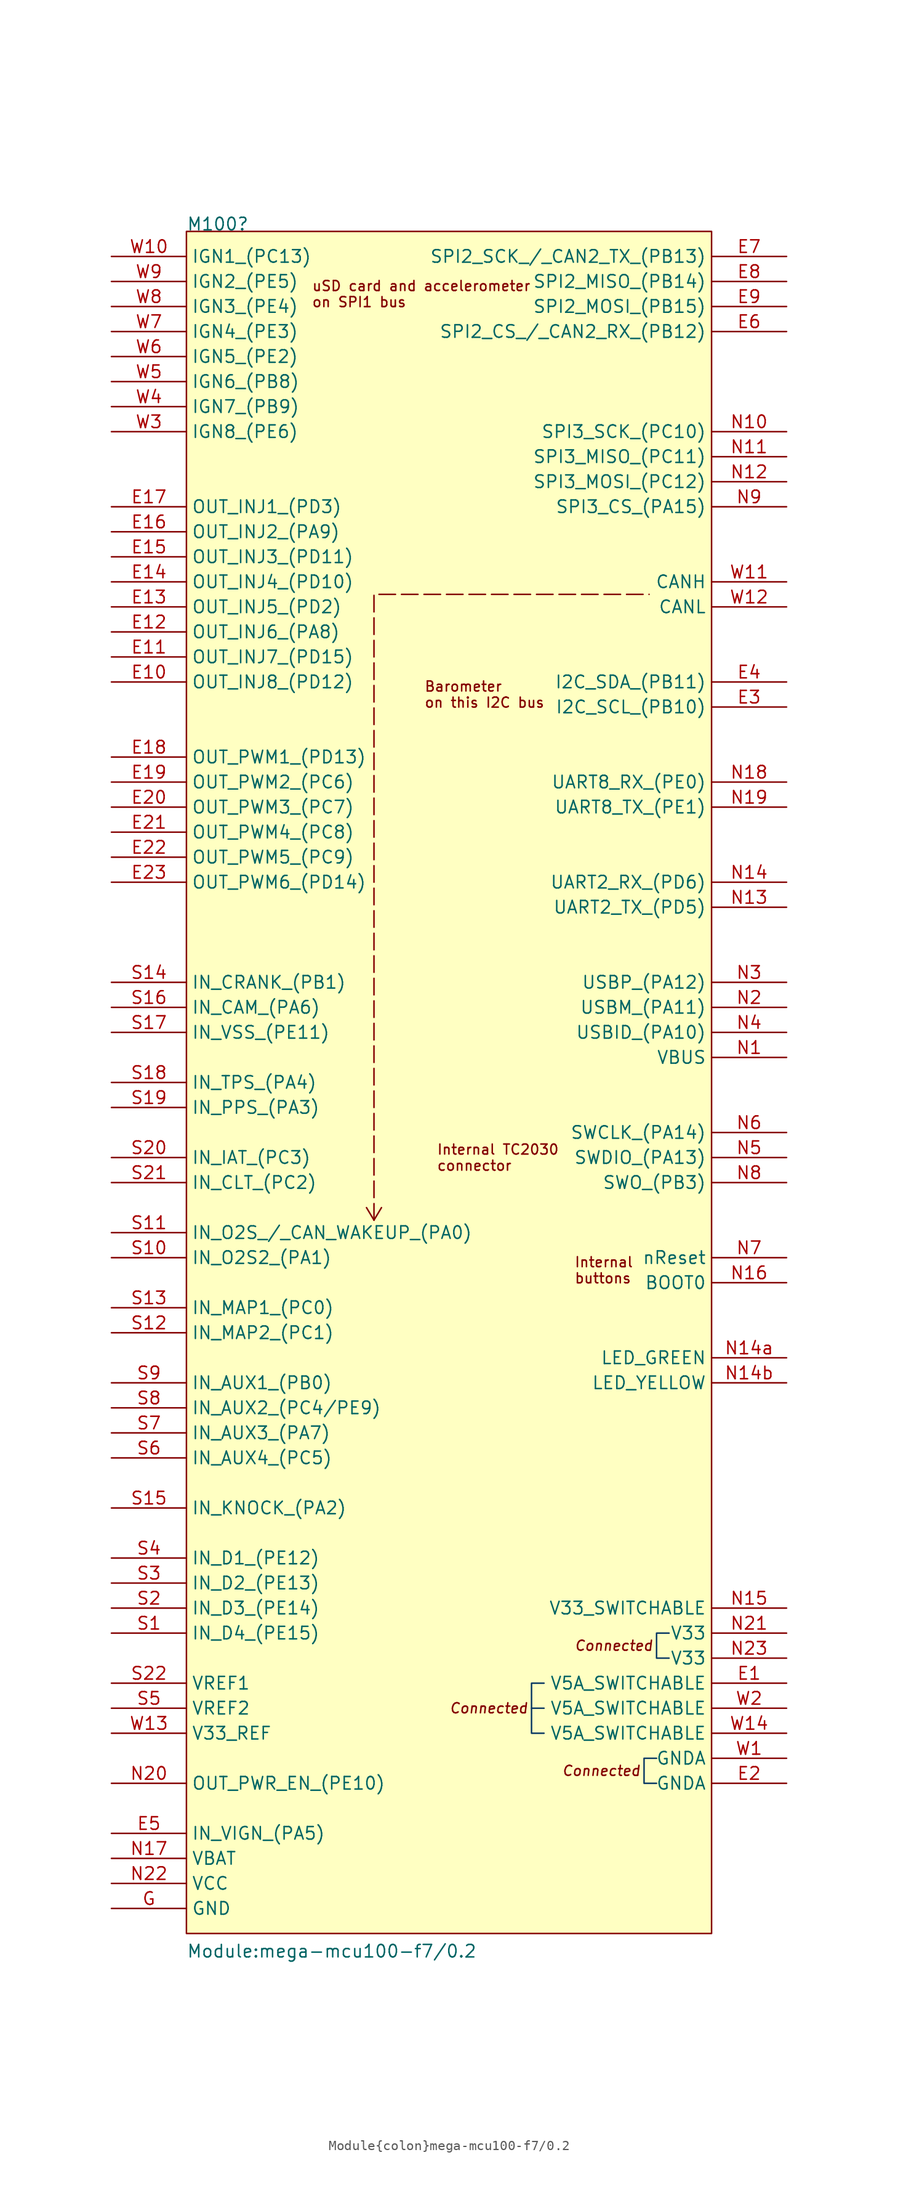
<source format=kicad_sym>
(kicad_symbol_lib
  (version 20220914)
  (generator kicad_symbol_editor)
  (symbol "Module{colon}mega-mcu100-f7/0.2"
    (property "Reference" "M100"
      (at 7.62 2.54 0)
      (effects (font (size 1.27 1.27)) (justify left bottom)))
    (property "Value" "Module:mega-mcu100-f7/0.2"
      (at 7.62 -172.72 0)
      (effects (font (size 1.27 1.27)) (justify left bottom)))
    (symbol "Module{colon}mega-mcu100-f7/0.2_1_0"
      (polyline (pts (xy 26.67 -97.79) (xy 25.908 -96.52)) (stroke (width 0) (type default)) (fill (type none)))
      (polyline (pts (xy 26.67 -97.79) (xy 27.432 -96.52)) (stroke (width 0) (type default)) (fill (type none)))
      (polyline (pts (xy 26.67 -97.79) (xy 26.67 -34.29) (xy 54.61 -34.29)) (stroke (width 0) (type dash)) (fill (type none)))
      (polyline (pts (xy 42.672 -147.32) (xy 43.942 -147.32) (xy 43.942 -147.32) (xy 43.942 -147.32)) (stroke (width 0) (type solid) (color 7 55 99 1)) (fill (type none)))
      (polyline (pts (xy 43.942 -144.78) (xy 42.672 -144.78) (xy 42.672 -149.86) (xy 43.942 -149.86)) (stroke (width 0) (type solid) (color 7 55 99 1)) (fill (type none)))
      (polyline (pts (xy 55.372 -152.4) (xy 54.102 -152.4) (xy 54.102 -154.94) (xy 55.372 -154.94)) (stroke (width 0) (type solid) (color 7 55 99 1)) (fill (type none)))
      (polyline (pts (xy 56.642 -139.7) (xy 55.372 -139.7) (xy 55.372 -142.24) (xy 56.642 -142.24)) (stroke (width 0) (type solid) (color 7 55 99 1)) (fill (type none)))
      (rectangle (start 7.62 2.54) (end 60.96 -170.18) (stroke (width 0) (type default)) (fill (type background)))
      (text "Barometer\non this I2C bus" (at 31.75 -44.45 0) (effects (font (size 1.016 1.016)) (justify left)))
      (text "Connected" (at 34.29 -147.32 0) (effects (font (size 1.016 1.016) italic) (justify left)))
      (text "Connected" (at 45.72 -153.67 0) (effects (font (size 1.016 1.016) italic) (justify left)))
      (text "Connected" (at 46.99 -140.97 0) (effects (font (size 1.016 1.016) italic) (justify left)))
      (text "Internal\nbuttons" (at 46.99 -102.87 0) (effects (font (size 1.016 1.016)) (justify left)))
      (text "Internal TC2030\nconnector" (at 33.02 -91.44 0) (effects (font (size 1.016 1.016)) (justify left)))
      (text "uSD card and accelerometer \non SPI1 bus" (at 20.32 -3.81 0) (effects (font (size 1.016 1.016)) (justify left)))
      (pin passive line (at 68.58 -144.78 180) (length 7.62) (name "V5A_SWITCHABLE" (effects (font (size 1.27 1.27)))) (number "E1" (effects (font (size 1.27 1.27)))))
      (pin passive line (at 0 -43.18 0) (length 7.62) (name "OUT_INJ8_(PD12)" (effects (font (size 1.27 1.27)))) (number "E10" (effects (font (size 1.27 1.27)))))
      (pin passive line (at 0 -40.64 0) (length 7.62) (name "OUT_INJ7_(PD15)" (effects (font (size 1.27 1.27)))) (number "E11" (effects (font (size 1.27 1.27)))))
      (pin passive line (at 0 -38.1 0) (length 7.62) (name "OUT_INJ6_(PA8)" (effects (font (size 1.27 1.27)))) (number "E12" (effects (font (size 1.27 1.27)))))
      (pin passive line (at 0 -35.56 0) (length 7.62) (name "OUT_INJ5_(PD2)" (effects (font (size 1.27 1.27)))) (number "E13" (effects (font (size 1.27 1.27)))))
      (pin passive line (at 0 -33.02 0) (length 7.62) (name "OUT_INJ4_(PD10)" (effects (font (size 1.27 1.27)))) (number "E14" (effects (font (size 1.27 1.27)))))
      (pin passive line (at 0 -30.48 0) (length 7.62) (name "OUT_INJ3_(PD11)" (effects (font (size 1.27 1.27)))) (number "E15" (effects (font (size 1.27 1.27)))))
      (pin passive line (at 0 -27.94 0) (length 7.62) (name "OUT_INJ2_(PA9)" (effects (font (size 1.27 1.27)))) (number "E16" (effects (font (size 1.27 1.27)))))
      (pin passive line (at 0 -25.4 0) (length 7.62) (name "OUT_INJ1_(PD3)" (effects (font (size 1.27 1.27)))) (number "E17" (effects (font (size 1.27 1.27)))))
      (pin passive line (at 0 -50.8 0) (length 7.62) (name "OUT_PWM1_(PD13)" (effects (font (size 1.27 1.27)))) (number "E18" (effects (font (size 1.27 1.27)))))
      (pin passive line (at 0 -53.34 0) (length 7.62) (name "OUT_PWM2_(PC6)" (effects (font (size 1.27 1.27)))) (number "E19" (effects (font (size 1.27 1.27)))))
      (pin passive line (at 68.58 -154.94 180) (length 7.62) (name "GNDA" (effects (font (size 1.27 1.27)))) (number "E2" (effects (font (size 1.27 1.27)))))
      (pin passive line (at 0 -55.88 0) (length 7.62) (name "OUT_PWM3_(PC7)" (effects (font (size 1.27 1.27)))) (number "E20" (effects (font (size 1.27 1.27)))))
      (pin passive line (at 0 -58.42 0) (length 7.62) (name "OUT_PWM4_(PC8)" (effects (font (size 1.27 1.27)))) (number "E21" (effects (font (size 1.27 1.27)))))
      (pin passive line (at 0 -60.96 0) (length 7.62) (name "OUT_PWM5_(PC9)" (effects (font (size 1.27 1.27)))) (number "E22" (effects (font (size 1.27 1.27)))))
      (pin passive line (at 0 -63.5 0) (length 7.62) (name "OUT_PWM6_(PD14)" (effects (font (size 1.27 1.27)))) (number "E23" (effects (font (size 1.27 1.27)))))
      (pin passive line (at 68.58 -45.72 180) (length 7.62) (name "I2C_SCL_(PB10)" (effects (font (size 1.27 1.27)))) (number "E3" (effects (font (size 1.27 1.27)))))
      (pin passive line (at 68.58 -43.18 180) (length 7.62) (name "I2C_SDA_(PB11)" (effects (font (size 1.27 1.27)))) (number "E4" (effects (font (size 1.27 1.27)))))
      (pin passive line (at 0 -160.02 0) (length 7.62) (name "IN_VIGN_(PA5)" (effects (font (size 1.27 1.27)))) (number "E5" (effects (font (size 1.27 1.27)))))
      (pin passive line (at 68.58 -7.62 180) (length 7.62) (name "SPI2_CS_/_CAN2_RX_(PB12)" (effects (font (size 1.27 1.27)))) (number "E6" (effects (font (size 1.27 1.27)))))
      (pin passive line (at 68.58 0 180) (length 7.62) (name "SPI2_SCK_/_CAN2_TX_(PB13)" (effects (font (size 1.27 1.27)))) (number "E7" (effects (font (size 1.27 1.27)))))
      (pin passive line (at 68.58 -2.54 180) (length 7.62) (name "SPI2_MISO_(PB14)" (effects (font (size 1.27 1.27)))) (number "E8" (effects (font (size 1.27 1.27)))))
      (pin passive line (at 68.58 -5.08 180) (length 7.62) (name "SPI2_MOSI_(PB15)" (effects (font (size 1.27 1.27)))) (number "E9" (effects (font (size 1.27 1.27)))))
      (pin passive line (at 0 -167.64 0) (length 7.62) (name "GND" (effects (font (size 1.27 1.27)))) (number "G" (effects (font (size 1.27 1.27)))))
      (pin passive line (at 68.58 -81.28 180) (length 7.62) (name "VBUS" (effects (font (size 1.27 1.27)))) (number "N1" (effects (font (size 1.27 1.27)))))
      (pin passive line (at 68.58 -17.78 180) (length 7.62) (name "SPI3_SCK_(PC10)" (effects (font (size 1.27 1.27)))) (number "N10" (effects (font (size 1.27 1.27)))))
      (pin passive line (at 68.58 -20.32 180) (length 7.62) (name "SPI3_MISO_(PC11)" (effects (font (size 1.27 1.27)))) (number "N11" (effects (font (size 1.27 1.27)))))
      (pin passive line (at 68.58 -22.86 180) (length 7.62) (name "SPI3_MOSI_(PC12)" (effects (font (size 1.27 1.27)))) (number "N12" (effects (font (size 1.27 1.27)))))
      (pin passive line (at 68.58 -66.04 180) (length 7.62) (name "UART2_TX_(PD5)" (effects (font (size 1.27 1.27)))) (number "N13" (effects (font (size 1.27 1.27)))))
      (pin passive line (at 68.58 -63.5 180) (length 7.62) (name "UART2_RX_(PD6)" (effects (font (size 1.27 1.27)))) (number "N14" (effects (font (size 1.27 1.27)))))
      (pin passive line (at 68.58 -111.76 180) (length 7.62) (name "LED_GREEN" (effects (font (size 1.27 1.27)))) (number "N14a" (effects (font (size 1.27 1.27)))))
      (pin passive line (at 68.58 -114.3 180) (length 7.62) (name "LED_YELLOW" (effects (font (size 1.27 1.27)))) (number "N14b" (effects (font (size 1.27 1.27)))))
      (pin passive line (at 68.58 -137.16 180) (length 7.62) (name "V33_SWITCHABLE" (effects (font (size 1.27 1.27)))) (number "N15" (effects (font (size 1.27 1.27)))))
      (pin passive line (at 68.58 -104.14 180) (length 7.62) (name "BOOT0" (effects (font (size 1.27 1.27)))) (number "N16" (effects (font (size 1.27 1.27)))))
      (pin passive line (at 0 -162.56 0) (length 7.62) (name "VBAT" (effects (font (size 1.27 1.27)))) (number "N17" (effects (font (size 1.27 1.27)))))
      (pin passive line (at 68.58 -53.34 180) (length 7.62) (name "UART8_RX_(PE0)" (effects (font (size 1.27 1.27)))) (number "N18" (effects (font (size 1.27 1.27)))))
      (pin passive line (at 68.58 -55.88 180) (length 7.62) (name "UART8_TX_(PE1)" (effects (font (size 1.27 1.27)))) (number "N19" (effects (font (size 1.27 1.27)))))
      (pin passive line (at 68.58 -76.2 180) (length 7.62) (name "USBM_(PA11)" (effects (font (size 1.27 1.27)))) (number "N2" (effects (font (size 1.27 1.27)))))
      (pin passive line (at 0 -154.94 0) (length 7.62) (name "OUT_PWR_EN_(PE10)" (effects (font (size 1.27 1.27)))) (number "N20" (effects (font (size 1.27 1.27)))))
      (pin passive line (at 68.58 -139.7 180) (length 7.62) (name "V33" (effects (font (size 1.27 1.27)))) (number "N21" (effects (font (size 1.27 1.27)))))
      (pin passive line (at 0 -165.1 0) (length 7.62) (name "VCC" (effects (font (size 1.27 1.27)))) (number "N22" (effects (font (size 1.27 1.27)))))
      (pin passive line (at 68.58 -142.24 180) (length 7.62) (name "V33" (effects (font (size 1.27 1.27)))) (number "N23" (effects (font (size 1.27 1.27)))))
      (pin passive line (at 68.58 -73.66 180) (length 7.62) (name "USBP_(PA12)" (effects (font (size 1.27 1.27)))) (number "N3" (effects (font (size 1.27 1.27)))))
      (pin passive line (at 68.58 -78.74 180) (length 7.62) (name "USBID_(PA10)" (effects (font (size 1.27 1.27)))) (number "N4" (effects (font (size 1.27 1.27)))))
      (pin passive line (at 68.58 -91.44 180) (length 7.62) (name "SWDIO_(PA13)" (effects (font (size 1.27 1.27)))) (number "N5" (effects (font (size 1.27 1.27)))))
      (pin passive line (at 68.58 -88.9 180) (length 7.62) (name "SWCLK_(PA14)" (effects (font (size 1.27 1.27)))) (number "N6" (effects (font (size 1.27 1.27)))))
      (pin passive line (at 68.58 -101.6 180) (length 7.62) (name "nReset" (effects (font (size 1.27 1.27)))) (number "N7" (effects (font (size 1.27 1.27)))))
      (pin passive line (at 68.58 -93.98 180) (length 7.62) (name "SWO_(PB3)" (effects (font (size 1.27 1.27)))) (number "N8" (effects (font (size 1.27 1.27)))))
      (pin passive line (at 68.58 -25.4 180) (length 7.62) (name "SPI3_CS_(PA15)" (effects (font (size 1.27 1.27)))) (number "N9" (effects (font (size 1.27 1.27)))))
      (pin passive line (at 0 -139.7 0) (length 7.62) (name "IN_D4_(PE15)" (effects (font (size 1.27 1.27)))) (number "S1" (effects (font (size 1.27 1.27)))))
      (pin passive line (at 0 -101.6 0) (length 7.62) (name "IN_O2S2_(PA1)" (effects (font (size 1.27 1.27)))) (number "S10" (effects (font (size 1.27 1.27)))))
      (pin passive line (at 0 -99.06 0) (length 7.62) (name "IN_O2S_/_CAN_WAKEUP_(PA0)" (effects (font (size 1.27 1.27)))) (number "S11" (effects (font (size 1.27 1.27)))))
      (pin passive line (at 0 -109.22 0) (length 7.62) (name "IN_MAP2_(PC1)" (effects (font (size 1.27 1.27)))) (number "S12" (effects (font (size 1.27 1.27)))))
      (pin passive line (at 0 -106.68 0) (length 7.62) (name "IN_MAP1_(PC0)" (effects (font (size 1.27 1.27)))) (number "S13" (effects (font (size 1.27 1.27)))))
      (pin passive line (at 0 -73.66 0) (length 7.62) (name "IN_CRANK_(PB1)" (effects (font (size 1.27 1.27)))) (number "S14" (effects (font (size 1.27 1.27)))))
      (pin passive line (at 0 -127 0) (length 7.62) (name "IN_KNOCK_(PA2)" (effects (font (size 1.27 1.27)))) (number "S15" (effects (font (size 1.27 1.27)))))
      (pin passive line (at 0 -76.2 0) (length 7.62) (name "IN_CAM_(PA6)" (effects (font (size 1.27 1.27)))) (number "S16" (effects (font (size 1.27 1.27)))))
      (pin passive line (at 0 -78.74 0) (length 7.62) (name "IN_VSS_(PE11)" (effects (font (size 1.27 1.27)))) (number "S17" (effects (font (size 1.27 1.27)))))
      (pin passive line (at 0 -83.82 0) (length 7.62) (name "IN_TPS_(PA4)" (effects (font (size 1.27 1.27)))) (number "S18" (effects (font (size 1.27 1.27)))))
      (pin passive line (at 0 -86.36 0) (length 7.62) (name "IN_PPS_(PA3)" (effects (font (size 1.27 1.27)))) (number "S19" (effects (font (size 1.27 1.27)))))
      (pin passive line (at 0 -137.16 0) (length 7.62) (name "IN_D3_(PE14)" (effects (font (size 1.27 1.27)))) (number "S2" (effects (font (size 1.27 1.27)))))
      (pin passive line (at 0 -91.44 0) (length 7.62) (name "IN_IAT_(PC3)" (effects (font (size 1.27 1.27)))) (number "S20" (effects (font (size 1.27 1.27)))))
      (pin passive line (at 0 -93.98 0) (length 7.62) (name "IN_CLT_(PC2)" (effects (font (size 1.27 1.27)))) (number "S21" (effects (font (size 1.27 1.27)))))
      (pin passive line (at 0 -144.78 0) (length 7.62) (name "VREF1" (effects (font (size 1.27 1.27)))) (number "S22" (effects (font (size 1.27 1.27)))))
      (pin passive line (at 0 -134.62 0) (length 7.62) (name "IN_D2_(PE13)" (effects (font (size 1.27 1.27)))) (number "S3" (effects (font (size 1.27 1.27)))))
      (pin passive line (at 0 -132.08 0) (length 7.62) (name "IN_D1_(PE12)" (effects (font (size 1.27 1.27)))) (number "S4" (effects (font (size 1.27 1.27)))))
      (pin passive line (at 0 -147.32 0) (length 7.62) (name "VREF2" (effects (font (size 1.27 1.27)))) (number "S5" (effects (font (size 1.27 1.27)))))
      (pin passive line (at 0 -121.92 0) (length 7.62) (name "IN_AUX4_(PC5)" (effects (font (size 1.27 1.27)))) (number "S6" (effects (font (size 1.27 1.27)))))
      (pin passive line (at 0 -119.38 0) (length 7.62) (name "IN_AUX3_(PA7)" (effects (font (size 1.27 1.27)))) (number "S7" (effects (font (size 1.27 1.27)))))
      (pin passive line (at 0 -116.84 0) (length 7.62) (name "IN_AUX2_(PC4/PE9)" (effects (font (size 1.27 1.27)))) (number "S8" (effects (font (size 1.27 1.27)))))
      (pin passive line (at 0 -114.3 0) (length 7.62) (name "IN_AUX1_(PB0)" (effects (font (size 1.27 1.27)))) (number "S9" (effects (font (size 1.27 1.27)))))
      (pin passive line (at 68.58 -152.4 180) (length 7.62) (name "GNDA" (effects (font (size 1.27 1.27)))) (number "W1" (effects (font (size 1.27 1.27)))))
      (pin passive line (at 0 0 0) (length 7.62) (name "IGN1_(PC13)" (effects (font (size 1.27 1.27)))) (number "W10" (effects (font (size 1.27 1.27)))))
      (pin passive line (at 68.58 -33.02 180) (length 7.62) (name "CANH" (effects (font (size 1.27 1.27)))) (number "W11" (effects (font (size 1.27 1.27)))))
      (pin passive line (at 68.58 -35.56 180) (length 7.62) (name "CANL" (effects (font (size 1.27 1.27)))) (number "W12" (effects (font (size 1.27 1.27)))))
      (pin passive line (at 0 -149.86 0) (length 7.62) (name "V33_REF" (effects (font (size 1.27 1.27)))) (number "W13" (effects (font (size 1.27 1.27)))))
      (pin passive line (at 68.58 -149.86 180) (length 7.62) (name "V5A_SWITCHABLE" (effects (font (size 1.27 1.27)))) (number "W14" (effects (font (size 1.27 1.27)))))
      (pin passive line (at 68.58 -147.32 180) (length 7.62) (name "V5A_SWITCHABLE" (effects (font (size 1.27 1.27)))) (number "W2" (effects (font (size 1.27 1.27)))))
      (pin passive line (at 0 -17.78 0) (length 7.62) (name "IGN8_(PE6)" (effects (font (size 1.27 1.27)))) (number "W3" (effects (font (size 1.27 1.27)))))
      (pin passive line (at 0 -15.24 0) (length 7.62) (name "IGN7_(PB9)" (effects (font (size 1.27 1.27)))) (number "W4" (effects (font (size 1.27 1.27)))))
      (pin passive line (at 0 -12.7 0) (length 7.62) (name "IGN6_(PB8)" (effects (font (size 1.27 1.27)))) (number "W5" (effects (font (size 1.27 1.27)))))
      (pin passive line (at 0 -10.16 0) (length 7.62) (name "IGN5_(PE2)" (effects (font (size 1.27 1.27)))) (number "W6" (effects (font (size 1.27 1.27)))))
      (pin passive line (at 0 -7.62 0) (length 7.62) (name "IGN4_(PE3)" (effects (font (size 1.27 1.27)))) (number "W7" (effects (font (size 1.27 1.27)))))
      (pin passive line (at 0 -5.08 0) (length 7.62) (name "IGN3_(PE4)" (effects (font (size 1.27 1.27)))) (number "W8" (effects (font (size 1.27 1.27)))))
      (pin passive line (at 0 -2.54 0) (length 7.62) (name "IGN2_(PE5)" (effects (font (size 1.27 1.27)))) (number "W9" (effects (font (size 1.27 1.27))))))))
</source>
